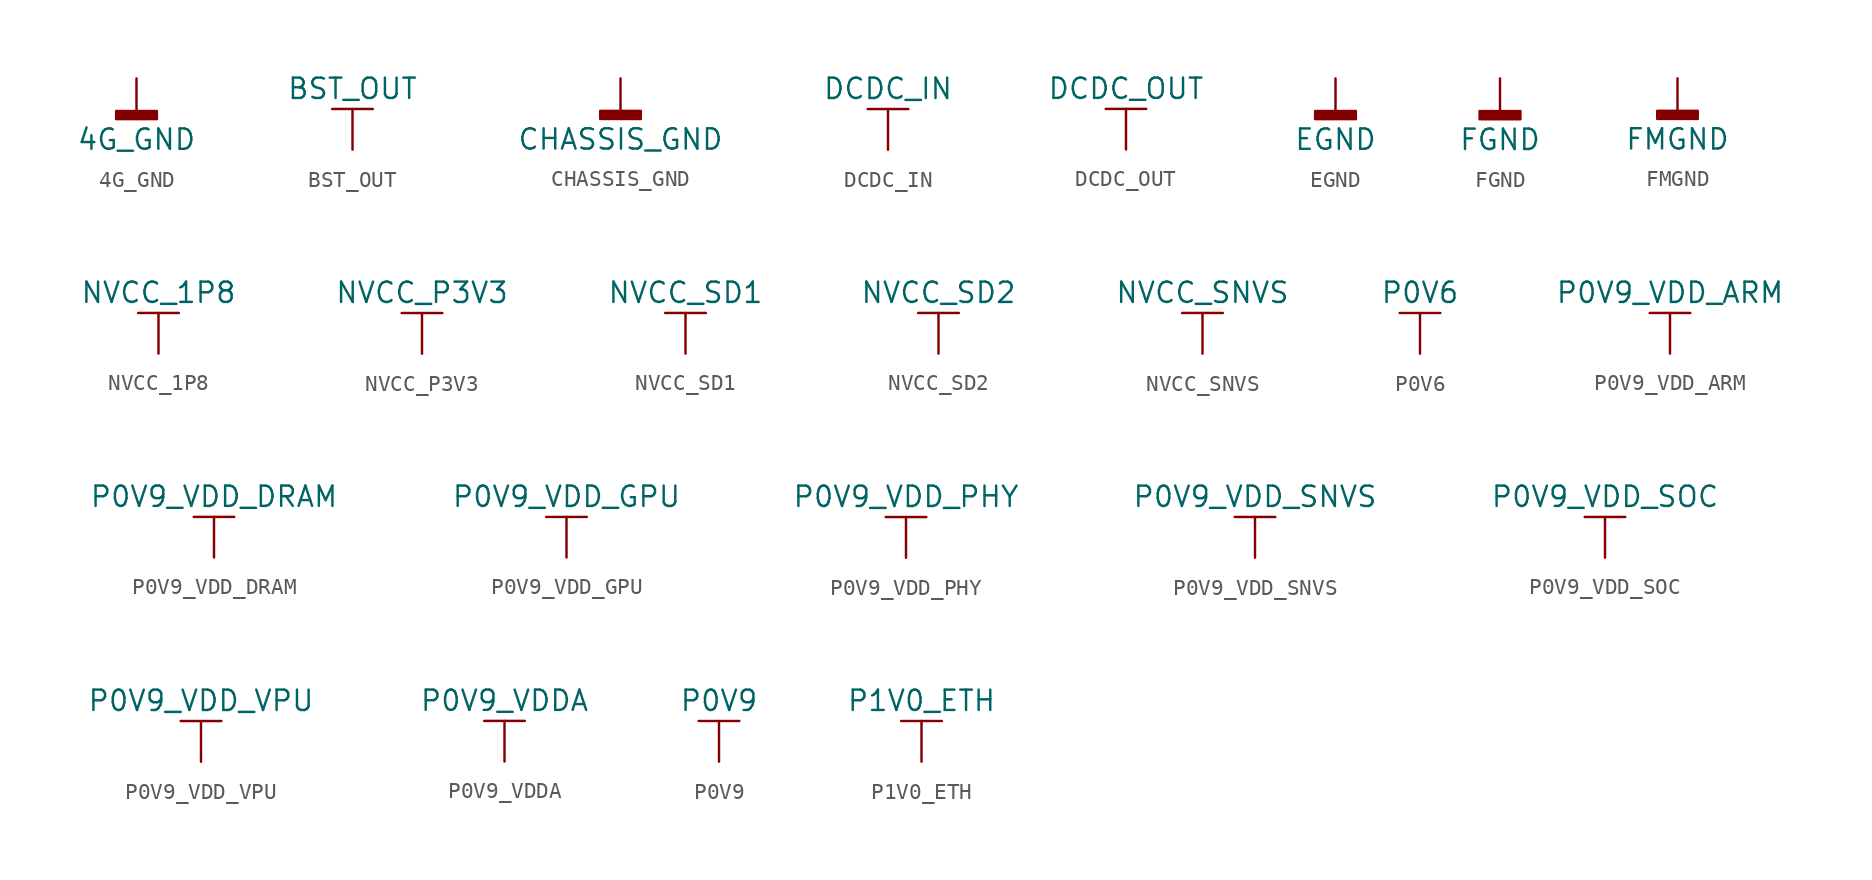
<source format=kicad_sym>
(kicad_symbol_lib
  (version 20211014)
  (generator kicad_symbol_editor)
  (symbol "4G_GND"
    (power)
    (pin_names
      (offset 0))
    (property "Reference" "#PWR"
      (at 0 -6.35 0)
      (effects (font (size 1.27 1.27)) hide))
    (property "Value" "4G_GND"
      (at 0 -3.81 0)
      (effects (font (size 1.27 1.27))))
    (symbol "4G_GND_0_1"
      (rectangle (start -1.27 -2.032) (end 1.27 -2.54) (stroke (width 0.152) (type default) (color 0 0 0 0)) (fill (type outline)))
      (polyline (pts (xy 0 0) (xy 0 -2.032)) (stroke (width 0.152) (type default) (color 0 0 0 0)) (fill (type none))))
    (symbol "4G_GND_1_1"
      (pin power_in line (at 0 0 270) (length 0) hide (name "4G_GND" (effects (font (size 1.27 1.27)))) (number "1" (effects (font (size 1.27 1.27)))))))
  (symbol "BST_OUT"
    (power)
    (pin_names
      (offset 0))
    (property "Reference" "#PWR"
      (at 0 -3.81 0)
      (effects (font (size 1.27 1.27)) hide))
    (property "Value" "BST_OUT"
      (at 0 3.81 0)
      (effects (font (size 1.27 1.27))))
    (symbol "BST_OUT_0_1"
      (polyline (pts (xy -1.27 2.54) (xy 1.27 2.54)) (stroke (width 0.152) (type default) (color 0 0 0 0)) (fill (type none)))
      (polyline (pts (xy 0 0) (xy 0 2.54)) (stroke (width 0.152) (type default) (color 0 0 0 0)) (fill (type none))))
    (symbol "BST_OUT_1_1"
      (pin power_in line (at 0 0 90) (length 0) hide (name "BST_OUT" (effects (font (size 1.27 1.27)))) (number "1" (effects (font (size 1.27 1.27)))))))
  (symbol "CHASSIS_GND"
    (power)
    (pin_names
      (offset 0))
    (property "Reference" "#PWR"
      (at 0 -6.35 0)
      (effects (font (size 1.27 1.27)) hide))
    (property "Value" "CHASSIS_GND"
      (at 0 -3.81 0)
      (effects (font (size 1.27 1.27))))
    (symbol "CHASSIS_GND_0_1"
      (rectangle (start -1.27 -2.032) (end 1.27 -2.54) (stroke (width 0.152) (type default) (color 0 0 0 0)) (fill (type outline)))
      (polyline (pts (xy 0 0) (xy 0 -2.032)) (stroke (width 0.152) (type default) (color 0 0 0 0)) (fill (type none))))
    (symbol "CHASSIS_GND_1_1"
      (pin power_in line (at 0 0 270) (length 0) hide (name "CHASSIS_GND" (effects (font (size 1.27 1.27)))) (number "1" (effects (font (size 1.27 1.27)))))))
  (symbol "DCDC_IN"
    (power)
    (pin_names
      (offset 0))
    (property "Reference" "#PWR"
      (at 0 -3.81 0)
      (effects (font (size 1.27 1.27)) hide))
    (property "Value" "DCDC_IN"
      (at 0 3.81 0)
      (effects (font (size 1.27 1.27))))
    (symbol "DCDC_IN_0_1"
      (polyline (pts (xy -1.27 2.54) (xy 1.27 2.54)) (stroke (width 0.152) (type default) (color 0 0 0 0)) (fill (type none)))
      (polyline (pts (xy 0 0) (xy 0 2.54)) (stroke (width 0.152) (type default) (color 0 0 0 0)) (fill (type none))))
    (symbol "DCDC_IN_1_1"
      (pin power_in line (at 0 0 90) (length 0) hide (name "DCDC_IN" (effects (font (size 1.27 1.27)))) (number "1" (effects (font (size 1.27 1.27)))))))
  (symbol "DCDC_OUT"
    (power)
    (pin_names
      (offset 0))
    (property "Reference" "#PWR"
      (at 0 -3.81 0)
      (effects (font (size 1.27 1.27)) hide))
    (property "Value" "DCDC_OUT"
      (at 0 3.81 0)
      (effects (font (size 1.27 1.27))))
    (symbol "DCDC_OUT_0_1"
      (polyline (pts (xy -1.27 2.54) (xy 1.27 2.54)) (stroke (width 0.152) (type default) (color 0 0 0 0)) (fill (type none)))
      (polyline (pts (xy 0 0) (xy 0 2.54)) (stroke (width 0.152) (type default) (color 0 0 0 0)) (fill (type none))))
    (symbol "DCDC_OUT_1_1"
      (pin power_in line (at 0 0 90) (length 0) hide (name "DCDC_OUT" (effects (font (size 1.27 1.27)))) (number "1" (effects (font (size 1.27 1.27)))))))
  (symbol "EGND"
    (power)
    (pin_names
      (offset 0))
    (property "Reference" "#PWR"
      (at 0 -6.35 0)
      (effects (font (size 1.27 1.27)) hide))
    (property "Value" "EGND"
      (at 0 -3.81 0)
      (effects (font (size 1.27 1.27))))
    (symbol "EGND_0_1"
      (rectangle (start -1.27 -2.032) (end 1.27 -2.54) (stroke (width 0.152) (type default) (color 0 0 0 0)) (fill (type outline)))
      (polyline (pts (xy 0 0) (xy 0 -2.032)) (stroke (width 0.152) (type default) (color 0 0 0 0)) (fill (type none))))
    (symbol "EGND_1_1"
      (pin power_in line (at 0 0 270) (length 0) hide (name "EGND" (effects (font (size 1.27 1.27)))) (number "1" (effects (font (size 1.27 1.27)))))))
  (symbol "FGND"
    (power)
    (pin_names
      (offset 0))
    (property "Reference" "#PWR"
      (at 0 -6.35 0)
      (effects (font (size 1.27 1.27)) hide))
    (property "Value" "FGND"
      (at 0 -3.81 0)
      (effects (font (size 1.27 1.27))))
    (symbol "FGND_0_1"
      (rectangle (start -1.27 -2.032) (end 1.27 -2.54) (stroke (width 0.152) (type default) (color 0 0 0 0)) (fill (type outline)))
      (polyline (pts (xy 0 0) (xy 0 -2.032)) (stroke (width 0.152) (type default) (color 0 0 0 0)) (fill (type none))))
    (symbol "FGND_1_1"
      (pin power_in line (at 0 0 270) (length 0) hide (name "FGND" (effects (font (size 1.27 1.27)))) (number "1" (effects (font (size 1.27 1.27)))))))
  (symbol "FMGND"
    (power)
    (pin_names
      (offset 0))
    (property "Reference" "#PWR"
      (at 0 -6.35 0)
      (effects (font (size 1.27 1.27)) hide))
    (property "Value" "FMGND"
      (at 0 -3.81 0)
      (effects (font (size 1.27 1.27))))
    (symbol "FMGND_0_1"
      (rectangle (start -1.27 -2.032) (end 1.27 -2.54) (stroke (width 0.152) (type default) (color 0 0 0 0)) (fill (type outline)))
      (polyline (pts (xy 0 0) (xy 0 -2.032)) (stroke (width 0.152) (type default) (color 0 0 0 0)) (fill (type none))))
    (symbol "FMGND_1_1"
      (pin power_in line (at 0 0 270) (length 0) hide (name "FMGND" (effects (font (size 1.27 1.27)))) (number "1" (effects (font (size 1.27 1.27)))))))
  (symbol "NVCC_1P8"
    (power)
    (pin_names
      (offset 0))
    (property "Reference" "#PWR"
      (at 0 -3.81 0)
      (effects (font (size 1.27 1.27)) hide))
    (property "Value" "NVCC_1P8"
      (at 0 3.81 0)
      (effects (font (size 1.27 1.27))))
    (symbol "NVCC_1P8_0_1"
      (polyline (pts (xy -1.27 2.54) (xy 1.27 2.54)) (stroke (width 0.152) (type default) (color 0 0 0 0)) (fill (type none)))
      (polyline (pts (xy 0 0) (xy 0 2.54)) (stroke (width 0.152) (type default) (color 0 0 0 0)) (fill (type none))))
    (symbol "NVCC_1P8_1_1"
      (pin power_in line (at 0 0 90) (length 0) hide (name "NVCC_1P8" (effects (font (size 1.27 1.27)))) (number "1" (effects (font (size 1.27 1.27)))))))
  (symbol "NVCC_P3V3"
    (power)
    (pin_names
      (offset 0))
    (property "Reference" "#PWR"
      (at 0 -3.81 0)
      (effects (font (size 1.27 1.27)) hide))
    (property "Value" "NVCC_P3V3"
      (at 0 3.81 0)
      (effects (font (size 1.27 1.27))))
    (symbol "NVCC_P3V3_0_1"
      (polyline (pts (xy -1.27 2.54) (xy 1.27 2.54)) (stroke (width 0.152) (type default) (color 0 0 0 0)) (fill (type none)))
      (polyline (pts (xy 0 0) (xy 0 2.54)) (stroke (width 0.152) (type default) (color 0 0 0 0)) (fill (type none))))
    (symbol "NVCC_P3V3_1_1"
      (pin power_in line (at 0 0 90) (length 0) hide (name "NVCC_P3V3" (effects (font (size 1.27 1.27)))) (number "1" (effects (font (size 1.27 1.27)))))))
  (symbol "NVCC_SD1"
    (power)
    (pin_names
      (offset 0))
    (property "Reference" "#PWR"
      (at 0 -3.81 0)
      (effects (font (size 1.27 1.27)) hide))
    (property "Value" "NVCC_SD1"
      (at 0 3.81 0)
      (effects (font (size 1.27 1.27))))
    (symbol "NVCC_SD1_0_1"
      (polyline (pts (xy -1.27 2.54) (xy 1.27 2.54)) (stroke (width 0.152) (type default) (color 0 0 0 0)) (fill (type none)))
      (polyline (pts (xy 0 0) (xy 0 2.54)) (stroke (width 0.152) (type default) (color 0 0 0 0)) (fill (type none))))
    (symbol "NVCC_SD1_1_1"
      (pin power_in line (at 0 0 90) (length 0) hide (name "NVCC_SD1" (effects (font (size 1.27 1.27)))) (number "1" (effects (font (size 1.27 1.27)))))))
  (symbol "NVCC_SD2"
    (power)
    (pin_names
      (offset 0))
    (property "Reference" "#PWR"
      (at 0 -3.81 0)
      (effects (font (size 1.27 1.27)) hide))
    (property "Value" "NVCC_SD2"
      (at 0 3.81 0)
      (effects (font (size 1.27 1.27))))
    (symbol "NVCC_SD2_0_1"
      (polyline (pts (xy -1.27 2.54) (xy 1.27 2.54)) (stroke (width 0.152) (type default) (color 0 0 0 0)) (fill (type none)))
      (polyline (pts (xy 0 0) (xy 0 2.54)) (stroke (width 0.152) (type default) (color 0 0 0 0)) (fill (type none))))
    (symbol "NVCC_SD2_1_1"
      (pin power_in line (at 0 0 90) (length 0) hide (name "NVCC_SD2" (effects (font (size 1.27 1.27)))) (number "1" (effects (font (size 1.27 1.27)))))))
  (symbol "NVCC_SNVS"
    (power)
    (pin_names
      (offset 0))
    (property "Reference" "#PWR"
      (at 0 -3.81 0)
      (effects (font (size 1.27 1.27)) hide))
    (property "Value" "NVCC_SNVS"
      (at 0 3.81 0)
      (effects (font (size 1.27 1.27))))
    (symbol "NVCC_SNVS_0_1"
      (polyline (pts (xy -1.27 2.54) (xy 1.27 2.54)) (stroke (width 0.152) (type default) (color 0 0 0 0)) (fill (type none)))
      (polyline (pts (xy 0 0) (xy 0 2.54)) (stroke (width 0.152) (type default) (color 0 0 0 0)) (fill (type none))))
    (symbol "NVCC_SNVS_1_1"
      (pin power_in line (at 0 0 90) (length 0) hide (name "NVCC_SNVS" (effects (font (size 1.27 1.27)))) (number "1" (effects (font (size 1.27 1.27)))))))
  (symbol "P0V6"
    (power)
    (pin_names
      (offset 0))
    (property "Reference" "#PWR"
      (at 0 -3.81 0)
      (effects (font (size 1.27 1.27)) hide))
    (property "Value" "P0V6"
      (at 0 3.81 0)
      (effects (font (size 1.27 1.27))))
    (symbol "P0V6_0_1"
      (polyline (pts (xy -1.27 2.54) (xy 1.27 2.54)) (stroke (width 0.152) (type default) (color 0 0 0 0)) (fill (type none)))
      (polyline (pts (xy 0 0) (xy 0 2.54)) (stroke (width 0.152) (type default) (color 0 0 0 0)) (fill (type none))))
    (symbol "P0V6_1_1"
      (pin power_in line (at 0 0 90) (length 0) hide (name "P0V6" (effects (font (size 1.27 1.27)))) (number "1" (effects (font (size 1.27 1.27)))))))
  (symbol "P0V9_VDD_ARM"
    (power)
    (pin_names
      (offset 0))
    (property "Reference" "#PWR"
      (at 0 -3.81 0)
      (effects (font (size 1.27 1.27)) hide))
    (property "Value" "P0V9_VDD_ARM"
      (at 0 3.81 0)
      (effects (font (size 1.27 1.27))))
    (symbol "P0V9_VDD_ARM_0_1"
      (polyline (pts (xy -1.27 2.54) (xy 1.27 2.54)) (stroke (width 0.152) (type default) (color 0 0 0 0)) (fill (type none)))
      (polyline (pts (xy 0 0) (xy 0 2.54)) (stroke (width 0.152) (type default) (color 0 0 0 0)) (fill (type none))))
    (symbol "P0V9_VDD_ARM_1_1"
      (pin power_in line (at 0 0 90) (length 0) hide (name "P0V9_VDD_ARM" (effects (font (size 1.27 1.27)))) (number "1" (effects (font (size 1.27 1.27)))))))
  (symbol "P0V9_VDD_DRAM"
    (power)
    (pin_names
      (offset 0))
    (property "Reference" "#PWR"
      (at 0 -3.81 0)
      (effects (font (size 1.27 1.27)) hide))
    (property "Value" "P0V9_VDD_DRAM"
      (at 0 3.81 0)
      (effects (font (size 1.27 1.27))))
    (symbol "P0V9_VDD_DRAM_0_1"
      (polyline (pts (xy -1.27 2.54) (xy 1.27 2.54)) (stroke (width 0.152) (type default) (color 0 0 0 0)) (fill (type none)))
      (polyline (pts (xy 0 0) (xy 0 2.54)) (stroke (width 0.152) (type default) (color 0 0 0 0)) (fill (type none))))
    (symbol "P0V9_VDD_DRAM_1_1"
      (pin power_in line (at 0 0 90) (length 0) hide (name "P0V9_VDD_DRAM" (effects (font (size 1.27 1.27)))) (number "1" (effects (font (size 1.27 1.27)))))))
  (symbol "P0V9_VDD_GPU"
    (power)
    (pin_names
      (offset 0))
    (property "Reference" "#PWR"
      (at 0 -3.81 0)
      (effects (font (size 1.27 1.27)) hide))
    (property "Value" "P0V9_VDD_GPU"
      (at 0 3.81 0)
      (effects (font (size 1.27 1.27))))
    (symbol "P0V9_VDD_GPU_0_1"
      (polyline (pts (xy -1.27 2.54) (xy 1.27 2.54)) (stroke (width 0.152) (type default) (color 0 0 0 0)) (fill (type none)))
      (polyline (pts (xy 0 0) (xy 0 2.54)) (stroke (width 0.152) (type default) (color 0 0 0 0)) (fill (type none))))
    (symbol "P0V9_VDD_GPU_1_1"
      (pin power_in line (at 0 0 90) (length 0) hide (name "P0V9_VDD_GPU" (effects (font (size 1.27 1.27)))) (number "1" (effects (font (size 1.27 1.27)))))))
  (symbol "P0V9_VDD_PHY"
    (power)
    (pin_names
      (offset 0))
    (property "Reference" "#PWR"
      (at 0 -3.81 0)
      (effects (font (size 1.27 1.27)) hide))
    (property "Value" "P0V9_VDD_PHY"
      (at 0 3.81 0)
      (effects (font (size 1.27 1.27))))
    (symbol "P0V9_VDD_PHY_0_1"
      (polyline (pts (xy -1.27 2.54) (xy 1.27 2.54)) (stroke (width 0.152) (type default) (color 0 0 0 0)) (fill (type none)))
      (polyline (pts (xy 0 0) (xy 0 2.54)) (stroke (width 0.152) (type default) (color 0 0 0 0)) (fill (type none))))
    (symbol "P0V9_VDD_PHY_1_1"
      (pin power_in line (at 0 0 90) (length 0) hide (name "P0V9_VDD_PHY" (effects (font (size 1.27 1.27)))) (number "1" (effects (font (size 1.27 1.27)))))))
  (symbol "P0V9_VDD_SNVS"
    (power)
    (pin_names
      (offset 0))
    (property "Reference" "#PWR"
      (at 0 -3.81 0)
      (effects (font (size 1.27 1.27)) hide))
    (property "Value" "P0V9_VDD_SNVS"
      (at 0 3.81 0)
      (effects (font (size 1.27 1.27))))
    (symbol "P0V9_VDD_SNVS_0_1"
      (polyline (pts (xy -1.27 2.54) (xy 1.27 2.54)) (stroke (width 0.152) (type default) (color 0 0 0 0)) (fill (type none)))
      (polyline (pts (xy 0 0) (xy 0 2.54)) (stroke (width 0.152) (type default) (color 0 0 0 0)) (fill (type none))))
    (symbol "P0V9_VDD_SNVS_1_1"
      (pin power_in line (at 0 0 90) (length 0) hide (name "P0V9_VDD_SNVS" (effects (font (size 1.27 1.27)))) (number "1" (effects (font (size 1.27 1.27)))))))
  (symbol "P0V9_VDD_SOC"
    (power)
    (pin_names
      (offset 0))
    (property "Reference" "#PWR"
      (at 0 -3.81 0)
      (effects (font (size 1.27 1.27)) hide))
    (property "Value" "P0V9_VDD_SOC"
      (at 0 3.81 0)
      (effects (font (size 1.27 1.27))))
    (symbol "P0V9_VDD_SOC_0_1"
      (polyline (pts (xy -1.27 2.54) (xy 1.27 2.54)) (stroke (width 0.152) (type default) (color 0 0 0 0)) (fill (type none)))
      (polyline (pts (xy 0 0) (xy 0 2.54)) (stroke (width 0.152) (type default) (color 0 0 0 0)) (fill (type none))))
    (symbol "P0V9_VDD_SOC_1_1"
      (pin power_in line (at 0 0 90) (length 0) hide (name "P0V9_VDD_SOC" (effects (font (size 1.27 1.27)))) (number "1" (effects (font (size 1.27 1.27)))))))
  (symbol "P0V9_VDD_VPU"
    (power)
    (pin_names
      (offset 0))
    (property "Reference" "#PWR"
      (at 0 -3.81 0)
      (effects (font (size 1.27 1.27)) hide))
    (property "Value" "P0V9_VDD_VPU"
      (at 0 3.81 0)
      (effects (font (size 1.27 1.27))))
    (symbol "P0V9_VDD_VPU_0_1"
      (polyline (pts (xy -1.27 2.54) (xy 1.27 2.54)) (stroke (width 0.152) (type default) (color 0 0 0 0)) (fill (type none)))
      (polyline (pts (xy 0 0) (xy 0 2.54)) (stroke (width 0.152) (type default) (color 0 0 0 0)) (fill (type none))))
    (symbol "P0V9_VDD_VPU_1_1"
      (pin power_in line (at 0 0 90) (length 0) hide (name "P0V9_VDD_VPU" (effects (font (size 1.27 1.27)))) (number "1" (effects (font (size 1.27 1.27)))))))
  (symbol "P0V9_VDDA"
    (power)
    (pin_names
      (offset 0))
    (property "Reference" "#PWR"
      (at 0 -3.81 0)
      (effects (font (size 1.27 1.27)) hide))
    (property "Value" "P0V9_VDDA"
      (at 0 3.81 0)
      (effects (font (size 1.27 1.27))))
    (symbol "P0V9_VDDA_0_1"
      (polyline (pts (xy -1.27 2.54) (xy 1.27 2.54)) (stroke (width 0.152) (type default) (color 0 0 0 0)) (fill (type none)))
      (polyline (pts (xy 0 0) (xy 0 2.54)) (stroke (width 0.152) (type default) (color 0 0 0 0)) (fill (type none))))
    (symbol "P0V9_VDDA_1_1"
      (pin power_in line (at 0 0 90) (length 0) hide (name "P0V9_VDDA" (effects (font (size 1.27 1.27)))) (number "1" (effects (font (size 1.27 1.27)))))))
  (symbol "P0V9"
    (power)
    (pin_names
      (offset 0))
    (property "Reference" "#PWR"
      (at 0 -3.81 0)
      (effects (font (size 1.27 1.27)) hide))
    (property "Value" "P0V9"
      (at 0 3.81 0)
      (effects (font (size 1.27 1.27))))
    (symbol "P0V9_0_1"
      (polyline (pts (xy -1.27 2.54) (xy 1.27 2.54)) (stroke (width 0.152) (type default) (color 0 0 0 0)) (fill (type none)))
      (polyline (pts (xy 0 0) (xy 0 2.54)) (stroke (width 0.152) (type default) (color 0 0 0 0)) (fill (type none))))
    (symbol "P0V9_1_1"
      (pin power_in line (at 0 0 90) (length 0) hide (name "P0V9" (effects (font (size 1.27 1.27)))) (number "1" (effects (font (size 1.27 1.27)))))))
  (symbol "P1V0_ETH"
    (power)
    (pin_names
      (offset 0))
    (property "Reference" "#PWR"
      (at 0 -3.81 0)
      (effects (font (size 1.27 1.27)) hide))
    (property "Value" "P1V0_ETH"
      (at 0 3.81 0)
      (effects (font (size 1.27 1.27))))
    (symbol "P1V0_ETH_0_1"
      (polyline (pts (xy -1.27 2.54) (xy 1.27 2.54)) (stroke (width 0.152) (type default) (color 0 0 0 0)) (fill (type none)))
      (polyline (pts (xy 0 0) (xy 0 2.54)) (stroke (width 0.152) (type default) (color 0 0 0 0)) (fill (type none))))
    (symbol "P1V0_ETH_1_1"
      (pin power_in line (at 0 0 90) (length 0) hide (name "P1V0_ETH" (effects (font (size 1.27 1.27)))) (number "1" (effects (font (size 1.27 1.27))))))))
</source>
